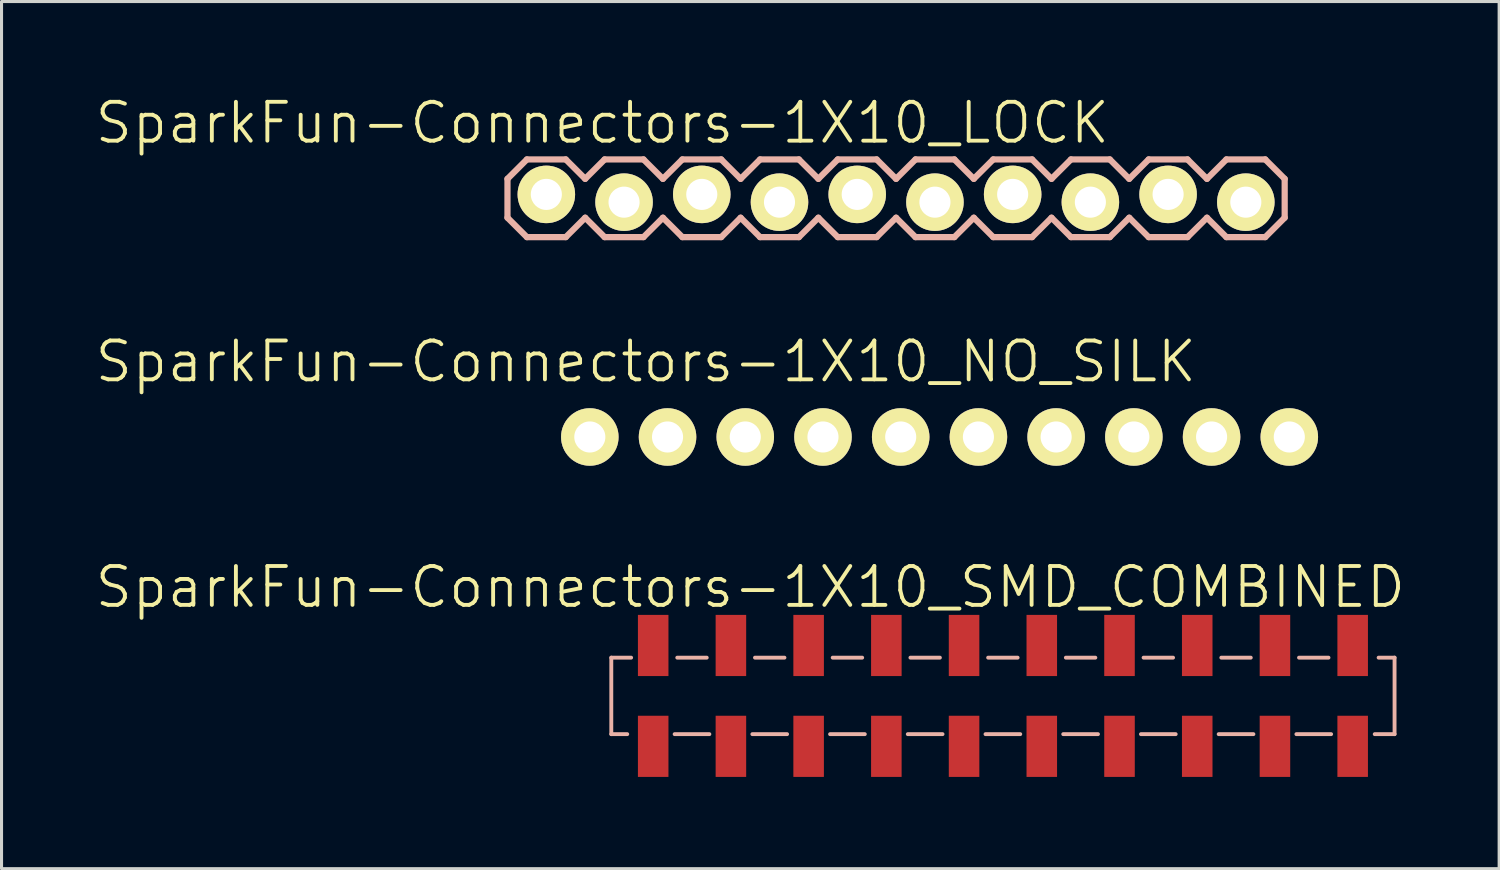
<source format=kicad_pcb>
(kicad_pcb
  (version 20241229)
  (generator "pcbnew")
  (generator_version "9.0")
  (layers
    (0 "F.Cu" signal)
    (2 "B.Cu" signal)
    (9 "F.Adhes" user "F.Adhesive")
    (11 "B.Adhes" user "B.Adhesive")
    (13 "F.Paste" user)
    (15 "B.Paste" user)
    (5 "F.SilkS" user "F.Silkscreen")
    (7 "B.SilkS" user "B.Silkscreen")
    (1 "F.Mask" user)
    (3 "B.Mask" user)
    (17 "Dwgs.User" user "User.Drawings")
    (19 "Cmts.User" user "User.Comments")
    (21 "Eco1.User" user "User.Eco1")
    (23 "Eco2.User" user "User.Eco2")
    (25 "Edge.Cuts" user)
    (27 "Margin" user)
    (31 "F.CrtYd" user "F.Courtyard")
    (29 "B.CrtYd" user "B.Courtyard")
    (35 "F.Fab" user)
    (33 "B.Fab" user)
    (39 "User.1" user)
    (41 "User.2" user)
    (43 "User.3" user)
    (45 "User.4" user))
  (footprint "SparkFun-Connectors-1X10_LOCK"
    (layer "F.Cu")
    (at 14.805 3.43)
    (property "Reference" "SparkFun-Connectors-1X10_LOCK" (at 1.829 -2.464 0) (layer "F.SilkS") (effects (font (size 1.27 1.27) (thickness 0.127))))
    (attr exclude_from_pos_files exclude_from_bom)
    (fp_line (start -0.254 -0.254) (end 0.254 -0.254) (stroke (width 0.066) (type solid)) (layer "F.SilkS"))
    (fp_line (start -0.254 0.254) (end -0.254 -0.254) (stroke (width 0.066) (type solid)) (layer "F.SilkS"))
    (fp_line (start -0.254 0.254) (end 0.254 0.254) (stroke (width 0.066) (type solid)) (layer "F.SilkS"))
    (fp_line (start 0.254 0.254) (end 0.254 -0.254) (stroke (width 0.066) (type solid)) (layer "F.SilkS"))
    (fp_line (start 2.286 -0.254) (end 2.794 -0.254) (stroke (width 0.066) (type solid)) (layer "F.SilkS"))
    (fp_line (start 2.286 0.254) (end 2.286 -0.254) (stroke (width 0.066) (type solid)) (layer "F.SilkS"))
    (fp_line (start 2.286 0.254) (end 2.794 0.254) (stroke (width 0.066) (type solid)) (layer "F.SilkS"))
    (fp_line (start 2.794 0.254) (end 2.794 -0.254) (stroke (width 0.066) (type solid)) (layer "F.SilkS"))
    (fp_line (start 4.826 -0.254) (end 5.334 -0.254) (stroke (width 0.066) (type solid)) (layer "F.SilkS"))
    (fp_line (start 4.826 0.254) (end 4.826 -0.254) (stroke (width 0.066) (type solid)) (layer "F.SilkS"))
    (fp_line (start 4.826 0.254) (end 5.334 0.254) (stroke (width 0.066) (type solid)) (layer "F.SilkS"))
    (fp_line (start 5.334 0.254) (end 5.334 -0.254) (stroke (width 0.066) (type solid)) (layer "F.SilkS"))
    (fp_line (start 7.366 -0.254) (end 7.874 -0.254) (stroke (width 0.066) (type solid)) (layer "F.SilkS"))
    (fp_line (start 7.366 0.254) (end 7.366 -0.254) (stroke (width 0.066) (type solid)) (layer "F.SilkS"))
    (fp_line (start 7.366 0.254) (end 7.874 0.254) (stroke (width 0.066) (type solid)) (layer "F.SilkS"))
    (fp_line (start 7.874 0.254) (end 7.874 -0.254) (stroke (width 0.066) (type solid)) (layer "F.SilkS"))
    (fp_line (start 9.906 -0.254) (end 10.414 -0.254) (stroke (width 0.066) (type solid)) (layer "F.SilkS"))
    (fp_line (start 9.906 0.254) (end 9.906 -0.254) (stroke (width 0.066) (type solid)) (layer "F.SilkS"))
    (fp_line (start 9.906 0.254) (end 10.414 0.254) (stroke (width 0.066) (type solid)) (layer "F.SilkS"))
    (fp_line (start 10.414 0.254) (end 10.414 -0.254) (stroke (width 0.066) (type solid)) (layer "F.SilkS"))
    (fp_line (start 12.446 -0.254) (end 12.954 -0.254) (stroke (width 0.066) (type solid)) (layer "F.SilkS"))
    (fp_line (start 12.446 0.254) (end 12.446 -0.254) (stroke (width 0.066) (type solid)) (layer "F.SilkS"))
    (fp_line (start 12.446 0.254) (end 12.954 0.254) (stroke (width 0.066) (type solid)) (layer "F.SilkS"))
    (fp_line (start 12.954 0.254) (end 12.954 -0.254) (stroke (width 0.066) (type solid)) (layer "F.SilkS"))
    (fp_line (start 14.986 -0.254) (end 15.494 -0.254) (stroke (width 0.066) (type solid)) (layer "F.SilkS"))
    (fp_line (start 14.986 0.254) (end 14.986 -0.254) (stroke (width 0.066) (type solid)) (layer "F.SilkS"))
    (fp_line (start 14.986 0.254) (end 15.494 0.254) (stroke (width 0.066) (type solid)) (layer "F.SilkS"))
    (fp_line (start 15.494 0.254) (end 15.494 -0.254) (stroke (width 0.066) (type solid)) (layer "F.SilkS"))
    (fp_line (start 17.523 -0.254) (end 18.034 -0.254) (stroke (width 0.066) (type solid)) (layer "F.SilkS"))
    (fp_line (start 17.523 0.254) (end 17.523 -0.254) (stroke (width 0.066) (type solid)) (layer "F.SilkS"))
    (fp_line (start 17.523 0.254) (end 18.034 0.254) (stroke (width 0.066) (type solid)) (layer "F.SilkS"))
    (fp_line (start 18.034 0.254) (end 18.034 -0.254) (stroke (width 0.066) (type solid)) (layer "F.SilkS"))
    (fp_line (start 20.066 -0.254) (end 20.574 -0.254) (stroke (width 0.066) (type solid)) (layer "F.SilkS"))
    (fp_line (start 20.066 0.254) (end 20.066 -0.254) (stroke (width 0.066) (type solid)) (layer "F.SilkS"))
    (fp_line (start 20.066 0.254) (end 20.574 0.254) (stroke (width 0.066) (type solid)) (layer "F.SilkS"))
    (fp_line (start 20.574 0.254) (end 20.574 -0.254) (stroke (width 0.066) (type solid)) (layer "F.SilkS"))
    (fp_line (start 22.606 -0.254) (end 23.114 -0.254) (stroke (width 0.066) (type solid)) (layer "F.SilkS"))
    (fp_line (start 22.606 0.254) (end 22.606 -0.254) (stroke (width 0.066) (type solid)) (layer "F.SilkS"))
    (fp_line (start 22.606 0.254) (end 23.114 0.254) (stroke (width 0.066) (type solid)) (layer "F.SilkS"))
    (fp_line (start 23.114 0.254) (end 23.114 -0.254) (stroke (width 0.066) (type solid)) (layer "F.SilkS"))
    (fp_line (start -1.27 -0.635) (end -1.27 0.635) (stroke (width 0.203) (type solid)) (layer "B.SilkS"))
    (fp_line (start -1.27 0.635) (end -0.635 1.27) (stroke (width 0.203) (type solid)) (layer "B.SilkS"))
    (fp_line (start -0.635 -1.27) (end -1.27 -0.635) (stroke (width 0.203) (type solid)) (layer "B.SilkS"))
    (fp_line (start -0.635 -1.27) (end 0.635 -1.27) (stroke (width 0.203) (type solid)) (layer "B.SilkS"))
    (fp_line (start 0.635 -1.27) (end 1.27 -0.635) (stroke (width 0.203) (type solid)) (layer "B.SilkS"))
    (fp_line (start 0.635 1.27) (end -0.635 1.27) (stroke (width 0.203) (type solid)) (layer "B.SilkS"))
    (fp_line (start 1.27 -0.635) (end 1.905 -1.27) (stroke (width 0.203) (type solid)) (layer "B.SilkS"))
    (fp_line (start 1.27 0.635) (end 0.635 1.27) (stroke (width 0.203) (type solid)) (layer "B.SilkS"))
    (fp_line (start 1.905 -1.27) (end 3.175 -1.27) (stroke (width 0.203) (type solid)) (layer "B.SilkS"))
    (fp_line (start 1.905 1.27) (end 1.27 0.635) (stroke (width 0.203) (type solid)) (layer "B.SilkS"))
    (fp_line (start 3.175 -1.27) (end 3.81 -0.635) (stroke (width 0.203) (type solid)) (layer "B.SilkS"))
    (fp_line (start 3.175 1.27) (end 1.905 1.27) (stroke (width 0.203) (type solid)) (layer "B.SilkS"))
    (fp_line (start 3.81 -0.635) (end 4.445 -1.27) (stroke (width 0.203) (type solid)) (layer "B.SilkS"))
    (fp_line (start 3.81 0.635) (end 3.175 1.27) (stroke (width 0.203) (type solid)) (layer "B.SilkS"))
    (fp_line (start 4.445 -1.27) (end 5.715 -1.27) (stroke (width 0.203) (type solid)) (layer "B.SilkS"))
    (fp_line (start 4.445 1.27) (end 3.81 0.635) (stroke (width 0.203) (type solid)) (layer "B.SilkS"))
    (fp_line (start 5.715 -1.27) (end 6.35 -0.635) (stroke (width 0.203) (type solid)) (layer "B.SilkS"))
    (fp_line (start 5.715 1.27) (end 4.445 1.27) (stroke (width 0.203) (type solid)) (layer "B.SilkS"))
    (fp_line (start 6.35 0.635) (end 5.715 1.27) (stroke (width 0.203) (type solid)) (layer "B.SilkS"))
    (fp_line (start 6.35 0.635) (end 6.985 1.27) (stroke (width 0.203) (type solid)) (layer "B.SilkS"))
    (fp_line (start 6.985 -1.27) (end 6.35 -0.635) (stroke (width 0.203) (type solid)) (layer "B.SilkS"))
    (fp_line (start 6.985 -1.27) (end 8.255 -1.27) (stroke (width 0.203) (type solid)) (layer "B.SilkS"))
    (fp_line (start 8.255 -1.27) (end 8.89 -0.635) (stroke (width 0.203) (type solid)) (layer "B.SilkS"))
    (fp_line (start 8.255 1.27) (end 6.985 1.27) (stroke (width 0.203) (type solid)) (layer "B.SilkS"))
    (fp_line (start 8.89 -0.635) (end 9.525 -1.27) (stroke (width 0.203) (type solid)) (layer "B.SilkS"))
    (fp_line (start 8.89 0.635) (end 8.255 1.27) (stroke (width 0.203) (type solid)) (layer "B.SilkS"))
    (fp_line (start 9.525 -1.27) (end 10.795 -1.27) (stroke (width 0.203) (type solid)) (layer "B.SilkS"))
    (fp_line (start 9.525 1.27) (end 8.89 0.635) (stroke (width 0.203) (type solid)) (layer "B.SilkS"))
    (fp_line (start 10.795 -1.27) (end 11.43 -0.635) (stroke (width 0.203) (type solid)) (layer "B.SilkS"))
    (fp_line (start 10.795 1.27) (end 9.525 1.27) (stroke (width 0.203) (type solid)) (layer "B.SilkS"))
    (fp_line (start 11.43 -0.635) (end 12.065 -1.27) (stroke (width 0.203) (type solid)) (layer "B.SilkS"))
    (fp_line (start 11.43 0.635) (end 10.795 1.27) (stroke (width 0.203) (type solid)) (layer "B.SilkS"))
    (fp_line (start 12.065 -1.27) (end 13.335 -1.27) (stroke (width 0.203) (type solid)) (layer "B.SilkS"))
    (fp_line (start 12.065 1.27) (end 11.43 0.635) (stroke (width 0.203) (type solid)) (layer "B.SilkS"))
    (fp_line (start 13.335 -1.27) (end 13.97 -0.635) (stroke (width 0.203) (type solid)) (layer "B.SilkS"))
    (fp_line (start 13.335 1.27) (end 12.065 1.27) (stroke (width 0.203) (type solid)) (layer "B.SilkS"))
    (fp_line (start 13.97 0.635) (end 13.335 1.27) (stroke (width 0.203) (type solid)) (layer "B.SilkS"))
    (fp_line (start 13.97 0.635) (end 14.605 1.27) (stroke (width 0.203) (type solid)) (layer "B.SilkS"))
    (fp_line (start 14.605 -1.27) (end 13.97 -0.635) (stroke (width 0.203) (type solid)) (layer "B.SilkS"))
    (fp_line (start 14.605 -1.27) (end 15.875 -1.27) (stroke (width 0.203) (type solid)) (layer "B.SilkS"))
    (fp_line (start 15.875 -1.27) (end 16.51 -0.635) (stroke (width 0.203) (type solid)) (layer "B.SilkS"))
    (fp_line (start 15.875 1.27) (end 14.605 1.27) (stroke (width 0.203) (type solid)) (layer "B.SilkS"))
    (fp_line (start 16.51 0.635) (end 15.875 1.27) (stroke (width 0.203) (type solid)) (layer "B.SilkS"))
    (fp_line (start 16.51 0.635) (end 17.145 1.27) (stroke (width 0.203) (type solid)) (layer "B.SilkS"))
    (fp_line (start 17.145 -1.27) (end 16.51 -0.635) (stroke (width 0.203) (type solid)) (layer "B.SilkS"))
    (fp_line (start 17.145 -1.27) (end 18.415 -1.27) (stroke (width 0.203) (type solid)) (layer "B.SilkS"))
    (fp_line (start 18.415 -1.27) (end 19.05 -0.635) (stroke (width 0.203) (type solid)) (layer "B.SilkS"))
    (fp_line (start 18.415 1.27) (end 17.145 1.27) (stroke (width 0.203) (type solid)) (layer "B.SilkS"))
    (fp_line (start 19.05 0.635) (end 18.415 1.27) (stroke (width 0.203) (type solid)) (layer "B.SilkS"))
    (fp_line (start 19.05 0.635) (end 19.685 1.27) (stroke (width 0.203) (type solid)) (layer "B.SilkS"))
    (fp_line (start 19.685 -1.27) (end 19.05 -0.635) (stroke (width 0.203) (type solid)) (layer "B.SilkS"))
    (fp_line (start 19.685 -1.27) (end 20.955 -1.27) (stroke (width 0.203) (type solid)) (layer "B.SilkS"))
    (fp_line (start 20.955 -1.27) (end 21.59 -0.635) (stroke (width 0.203) (type solid)) (layer "B.SilkS"))
    (fp_line (start 20.955 1.27) (end 19.685 1.27) (stroke (width 0.203) (type solid)) (layer "B.SilkS"))
    (fp_line (start 21.59 0.635) (end 20.955 1.27) (stroke (width 0.203) (type solid)) (layer "B.SilkS"))
    (fp_line (start 21.59 0.635) (end 22.225 1.27) (stroke (width 0.203) (type solid)) (layer "B.SilkS"))
    (fp_line (start 22.225 -1.27) (end 21.59 -0.635) (stroke (width 0.203) (type solid)) (layer "B.SilkS"))
    (fp_line (start 22.225 -1.27) (end 23.495 -1.27) (stroke (width 0.203) (type solid)) (layer "B.SilkS"))
    (fp_line (start 23.495 -1.27) (end 24.13 -0.635) (stroke (width 0.203) (type solid)) (layer "B.SilkS"))
    (fp_line (start 23.495 1.27) (end 22.225 1.27) (stroke (width 0.203) (type solid)) (layer "B.SilkS"))
    (fp_line (start 24.13 -0.635) (end 24.13 0.635) (stroke (width 0.203) (type solid)) (layer "B.SilkS"))
    (fp_line (start 24.13 0.635) (end 23.495 1.27) (stroke (width 0.203) (type solid)) (layer "B.SilkS"))
    (pad "1" thru_hole circle (at 0 -0.127) (size 1.88 1.88) (drill 1.016) (layers "*.Cu" "F.Mask" "F.SilkS" "F.Paste"))
    (pad "2" thru_hole circle (at 2.54 0.127) (size 1.88 1.88) (drill 1.016) (layers "*.Cu" "F.Mask" "F.SilkS" "F.Paste"))
    (pad "3" thru_hole circle (at 5.08 -0.127) (size 1.88 1.88) (drill 1.016) (layers "*.Cu" "F.Mask" "F.SilkS" "F.Paste"))
    (pad "4" thru_hole circle (at 7.62 0.127) (size 1.88 1.88) (drill 1.016) (layers "*.Cu" "F.Mask" "F.SilkS" "F.Paste"))
    (pad "5" thru_hole circle (at 10.16 -0.127) (size 1.88 1.88) (drill 1.016) (layers "*.Cu" "F.Mask" "F.SilkS" "F.Paste"))
    (pad "6" thru_hole circle (at 12.7 0.127) (size 1.88 1.88) (drill 1.016) (layers "*.Cu" "F.Mask" "F.SilkS" "F.Paste"))
    (pad "7" thru_hole circle (at 15.24 -0.127) (size 1.88 1.88) (drill 1.016) (layers "*.Cu" "F.Mask" "F.SilkS" "F.Paste"))
    (pad "8" thru_hole circle (at 17.78 0.127) (size 1.88 1.88) (drill 1.016) (layers "*.Cu" "F.Mask" "F.SilkS" "F.Paste"))
    (pad "9" thru_hole circle (at 20.32 -0.127) (size 1.88 1.88) (drill 1.016) (layers "*.Cu" "F.Mask" "F.SilkS" "F.Paste"))
    (pad "10" thru_hole circle (at 22.86 0.127) (size 1.88 1.88) (drill 1.016) (layers "*.Cu" "F.Mask" "F.SilkS" "F.Paste")))
  (footprint "SparkFun-Connectors-1X10_SMD_COMBINED"
    (layer "F.Cu")
    (at 18.297 19.693)
    (property "Reference" "SparkFun-Connectors-1X10_SMD_COMBINED" (at 3.175 -3.556 0) (layer "F.SilkS") (effects (font (size 1.27 1.27) (thickness 0.127))))
    (attr smd)
    (fp_line (start -1.369 -1.25) (end -0.721 -1.25) (stroke (width 0.127) (type solid)) (layer "B.SilkS"))
    (fp_line (start -1.369 1.25) (end -1.369 -1.25) (stroke (width 0.127) (type solid)) (layer "B.SilkS"))
    (fp_line (start -0.848 1.25) (end -1.369 1.25) (stroke (width 0.127) (type solid)) (layer "B.SilkS"))
    (fp_line (start 0.787 -1.25) (end 1.75 -1.25) (stroke (width 0.127) (type solid)) (layer "B.SilkS"))
    (fp_line (start 1.836 1.25) (end 0.701 1.25) (stroke (width 0.127) (type solid)) (layer "B.SilkS"))
    (fp_line (start 3.327 -1.25) (end 4.29 -1.25) (stroke (width 0.127) (type solid)) (layer "B.SilkS"))
    (fp_line (start 4.376 1.25) (end 3.241 1.25) (stroke (width 0.127) (type solid)) (layer "B.SilkS"))
    (fp_line (start 5.867 -1.25) (end 6.83 -1.25) (stroke (width 0.127) (type solid)) (layer "B.SilkS"))
    (fp_line (start 6.916 1.25) (end 5.781 1.25) (stroke (width 0.127) (type solid)) (layer "B.SilkS"))
    (fp_line (start 8.407 -1.25) (end 9.37 -1.25) (stroke (width 0.127) (type solid)) (layer "B.SilkS"))
    (fp_line (start 9.456 1.25) (end 8.321 1.25) (stroke (width 0.127) (type solid)) (layer "B.SilkS"))
    (fp_line (start 10.947 -1.25) (end 11.91 -1.25) (stroke (width 0.127) (type solid)) (layer "B.SilkS"))
    (fp_line (start 11.996 1.25) (end 10.861 1.25) (stroke (width 0.127) (type solid)) (layer "B.SilkS"))
    (fp_line (start 13.487 -1.25) (end 14.45 -1.25) (stroke (width 0.127) (type solid)) (layer "B.SilkS"))
    (fp_line (start 14.536 1.25) (end 13.401 1.25) (stroke (width 0.127) (type solid)) (layer "B.SilkS"))
    (fp_line (start 16.027 -1.25) (end 16.99 -1.25) (stroke (width 0.127) (type solid)) (layer "B.SilkS"))
    (fp_line (start 17.076 1.25) (end 15.941 1.25) (stroke (width 0.127) (type solid)) (layer "B.SilkS"))
    (fp_line (start 18.567 -1.25) (end 19.53 -1.25) (stroke (width 0.127) (type solid)) (layer "B.SilkS"))
    (fp_line (start 19.616 1.25) (end 18.481 1.25) (stroke (width 0.127) (type solid)) (layer "B.SilkS"))
    (fp_line (start 21.107 -1.25) (end 22.07 -1.25) (stroke (width 0.127) (type solid)) (layer "B.SilkS"))
    (fp_line (start 22.156 1.25) (end 21.021 1.25) (stroke (width 0.127) (type solid)) (layer "B.SilkS"))
    (fp_line (start 23.708 -1.25) (end 24.229 -1.25) (stroke (width 0.127) (type solid)) (layer "B.SilkS"))
    (fp_line (start 24.229 -1.25) (end 24.229 1.25) (stroke (width 0.127) (type solid)) (layer "B.SilkS"))
    (fp_line (start 24.229 1.25) (end 23.581 1.25) (stroke (width 0.127) (type solid)) (layer "B.SilkS"))
    (pad "1A" smd rect (at 0 -1.648 90) (size 1.999 0.998) (layers "F.Cu" "F.Mask" "F.Paste"))
    (pad "1B" smd rect (at 0 1.648 270) (size 1.999 0.998) (layers "F.Cu" "F.Mask" "F.Paste"))
    (pad "2A" smd rect (at 2.54 -1.648 270) (size 1.999 0.998) (layers "F.Cu" "F.Mask" "F.Paste"))
    (pad "2B" smd rect (at 2.54 1.648 90) (size 1.999 0.998) (layers "F.Cu" "F.Mask" "F.Paste"))
    (pad "3A" smd rect (at 5.08 -1.648 90) (size 1.999 0.998) (layers "F.Cu" "F.Mask" "F.Paste"))
    (pad "3B" smd rect (at 5.08 1.648 270) (size 1.999 0.998) (layers "F.Cu" "F.Mask" "F.Paste"))
    (pad "4A" smd rect (at 7.62 -1.648 270) (size 1.999 0.998) (layers "F.Cu" "F.Mask" "F.Paste"))
    (pad "4B" smd rect (at 7.62 1.648 90) (size 1.999 0.998) (layers "F.Cu" "F.Mask" "F.Paste"))
    (pad "5A" smd rect (at 10.16 -1.648 90) (size 1.999 0.998) (layers "F.Cu" "F.Mask" "F.Paste"))
    (pad "5B" smd rect (at 10.16 1.648 270) (size 1.999 0.998) (layers "F.Cu" "F.Mask" "F.Paste"))
    (pad "6A" smd rect (at 12.7 -1.648 270) (size 1.999 0.998) (layers "F.Cu" "F.Mask" "F.Paste"))
    (pad "6B" smd rect (at 12.7 1.648 90) (size 1.999 0.998) (layers "F.Cu" "F.Mask" "F.Paste"))
    (pad "7A" smd rect (at 15.24 -1.648 90) (size 1.999 0.998) (layers "F.Cu" "F.Mask" "F.Paste"))
    (pad "7B" smd rect (at 15.24 1.648 270) (size 1.999 0.998) (layers "F.Cu" "F.Mask" "F.Paste"))
    (pad "8A" smd rect (at 17.78 -1.648 270) (size 1.999 0.998) (layers "F.Cu" "F.Mask" "F.Paste"))
    (pad "8B" smd rect (at 17.78 1.648 270) (size 1.999 0.998) (layers "F.Cu" "F.Mask" "F.Paste"))
    (pad "9A" smd rect (at 20.32 -1.648 270) (size 1.999 0.998) (layers "F.Cu" "F.Mask" "F.Paste"))
    (pad "9B" smd rect (at 20.32 1.648 270) (size 1.999 0.998) (layers "F.Cu" "F.Mask" "F.Paste"))
    (pad "10A" smd rect (at 22.86 -1.648 270) (size 1.999 0.998) (layers "F.Cu" "F.Mask" "F.Paste"))
    (pad "10B" smd rect (at 22.86 1.648 270) (size 1.999 0.998) (layers "F.Cu" "F.Mask" "F.Paste")))
  (footprint "SparkFun-Connectors-1X10_NO_SILK"
    (layer "F.Cu")
    (at 16.226 11.231)
    (property "Reference" "SparkFun-Connectors-1X10_NO_SILK" (at 1.829 -2.464 0) (layer "F.SilkS") (effects (font (size 1.27 1.27) (thickness 0.127))))
    (attr exclude_from_pos_files exclude_from_bom)
    (fp_line (start -0.254 -0.254) (end 0.254 -0.254) (stroke (width 0.066) (type solid)) (layer "F.SilkS"))
    (fp_line (start -0.254 0.254) (end -0.254 -0.254) (stroke (width 0.066) (type solid)) (layer "F.SilkS"))
    (fp_line (start -0.254 0.254) (end 0.254 0.254) (stroke (width 0.066) (type solid)) (layer "F.SilkS"))
    (fp_line (start 0.254 0.254) (end 0.254 -0.254) (stroke (width 0.066) (type solid)) (layer "F.SilkS"))
    (fp_line (start 2.286 -0.254) (end 2.794 -0.254) (stroke (width 0.066) (type solid)) (layer "F.SilkS"))
    (fp_line (start 2.286 0.254) (end 2.286 -0.254) (stroke (width 0.066) (type solid)) (layer "F.SilkS"))
    (fp_line (start 2.286 0.254) (end 2.794 0.254) (stroke (width 0.066) (type solid)) (layer "F.SilkS"))
    (fp_line (start 2.794 0.254) (end 2.794 -0.254) (stroke (width 0.066) (type solid)) (layer "F.SilkS"))
    (fp_line (start 4.826 -0.254) (end 5.334 -0.254) (stroke (width 0.066) (type solid)) (layer "F.SilkS"))
    (fp_line (start 4.826 0.254) (end 4.826 -0.254) (stroke (width 0.066) (type solid)) (layer "F.SilkS"))
    (fp_line (start 4.826 0.254) (end 5.334 0.254) (stroke (width 0.066) (type solid)) (layer "F.SilkS"))
    (fp_line (start 5.334 0.254) (end 5.334 -0.254) (stroke (width 0.066) (type solid)) (layer "F.SilkS"))
    (fp_line (start 7.366 -0.254) (end 7.874 -0.254) (stroke (width 0.066) (type solid)) (layer "F.SilkS"))
    (fp_line (start 7.366 0.254) (end 7.366 -0.254) (stroke (width 0.066) (type solid)) (layer "F.SilkS"))
    (fp_line (start 7.366 0.254) (end 7.874 0.254) (stroke (width 0.066) (type solid)) (layer "F.SilkS"))
    (fp_line (start 7.874 0.254) (end 7.874 -0.254) (stroke (width 0.066) (type solid)) (layer "F.SilkS"))
    (fp_line (start 9.906 -0.254) (end 10.414 -0.254) (stroke (width 0.066) (type solid)) (layer "F.SilkS"))
    (fp_line (start 9.906 0.254) (end 9.906 -0.254) (stroke (width 0.066) (type solid)) (layer "F.SilkS"))
    (fp_line (start 9.906 0.254) (end 10.414 0.254) (stroke (width 0.066) (type solid)) (layer "F.SilkS"))
    (fp_line (start 10.414 0.254) (end 10.414 -0.254) (stroke (width 0.066) (type solid)) (layer "F.SilkS"))
    (fp_line (start 12.446 -0.254) (end 12.954 -0.254) (stroke (width 0.066) (type solid)) (layer "F.SilkS"))
    (fp_line (start 12.446 0.254) (end 12.446 -0.254) (stroke (width 0.066) (type solid)) (layer "F.SilkS"))
    (fp_line (start 12.446 0.254) (end 12.954 0.254) (stroke (width 0.066) (type solid)) (layer "F.SilkS"))
    (fp_line (start 12.954 0.254) (end 12.954 -0.254) (stroke (width 0.066) (type solid)) (layer "F.SilkS"))
    (fp_line (start 14.986 -0.254) (end 15.494 -0.254) (stroke (width 0.066) (type solid)) (layer "F.SilkS"))
    (fp_line (start 14.986 0.254) (end 14.986 -0.254) (stroke (width 0.066) (type solid)) (layer "F.SilkS"))
    (fp_line (start 14.986 0.254) (end 15.494 0.254) (stroke (width 0.066) (type solid)) (layer "F.SilkS"))
    (fp_line (start 15.494 0.254) (end 15.494 -0.254) (stroke (width 0.066) (type solid)) (layer "F.SilkS"))
    (fp_line (start 17.523 -0.254) (end 18.034 -0.254) (stroke (width 0.066) (type solid)) (layer "F.SilkS"))
    (fp_line (start 17.523 0.254) (end 17.523 -0.254) (stroke (width 0.066) (type solid)) (layer "F.SilkS"))
    (fp_line (start 17.523 0.254) (end 18.034 0.254) (stroke (width 0.066) (type solid)) (layer "F.SilkS"))
    (fp_line (start 18.034 0.254) (end 18.034 -0.254) (stroke (width 0.066) (type solid)) (layer "F.SilkS"))
    (fp_line (start 20.066 -0.254) (end 20.574 -0.254) (stroke (width 0.066) (type solid)) (layer "F.SilkS"))
    (fp_line (start 20.066 0.254) (end 20.066 -0.254) (stroke (width 0.066) (type solid)) (layer "F.SilkS"))
    (fp_line (start 20.066 0.254) (end 20.574 0.254) (stroke (width 0.066) (type solid)) (layer "F.SilkS"))
    (fp_line (start 20.574 0.254) (end 20.574 -0.254) (stroke (width 0.066) (type solid)) (layer "F.SilkS"))
    (fp_line (start 22.606 -0.254) (end 23.114 -0.254) (stroke (width 0.066) (type solid)) (layer "F.SilkS"))
    (fp_line (start 22.606 0.254) (end 22.606 -0.254) (stroke (width 0.066) (type solid)) (layer "F.SilkS"))
    (fp_line (start 22.606 0.254) (end 23.114 0.254) (stroke (width 0.066) (type solid)) (layer "F.SilkS"))
    (fp_line (start 23.114 0.254) (end 23.114 -0.254) (stroke (width 0.066) (type solid)) (layer "F.SilkS"))
    (pad "1" thru_hole circle (at 0 0) (size 1.88 1.88) (drill 1.016) (layers "*.Cu" "F.Mask" "F.SilkS" "F.Paste"))
    (pad "2" thru_hole circle (at 2.54 0) (size 1.88 1.88) (drill 1.016) (layers "*.Cu" "F.Mask" "F.SilkS" "F.Paste"))
    (pad "3" thru_hole circle (at 5.08 0) (size 1.88 1.88) (drill 1.016) (layers "*.Cu" "F.Mask" "F.SilkS" "F.Paste"))
    (pad "4" thru_hole circle (at 7.62 0) (size 1.88 1.88) (drill 1.016) (layers "*.Cu" "F.Mask" "F.SilkS" "F.Paste"))
    (pad "5" thru_hole circle (at 10.16 0) (size 1.88 1.88) (drill 1.016) (layers "*.Cu" "F.Mask" "F.SilkS" "F.Paste"))
    (pad "6" thru_hole circle (at 12.7 0) (size 1.88 1.88) (drill 1.016) (layers "*.Cu" "F.Mask" "F.SilkS" "F.Paste"))
    (pad "7" thru_hole circle (at 15.24 0) (size 1.88 1.88) (drill 1.016) (layers "*.Cu" "F.Mask" "F.SilkS" "F.Paste"))
    (pad "8" thru_hole circle (at 17.78 0) (size 1.88 1.88) (drill 1.016) (layers "*.Cu" "F.Mask" "F.SilkS" "F.Paste"))
    (pad "9" thru_hole circle (at 20.32 0) (size 1.88 1.88) (drill 1.016) (layers "*.Cu" "F.Mask" "F.SilkS" "F.Paste"))
    (pad "10" thru_hole circle (at 22.86 0) (size 1.88 1.88) (drill 1.016) (layers "*.Cu" "F.Mask" "F.SilkS" "F.Paste")))
  (gr_rect
    (start -3 -3)
    (end 45.944 25.34)
    (stroke (width 0.1) (type default))
    (fill no)
    (layer "Edge.Cuts")))
</source>
